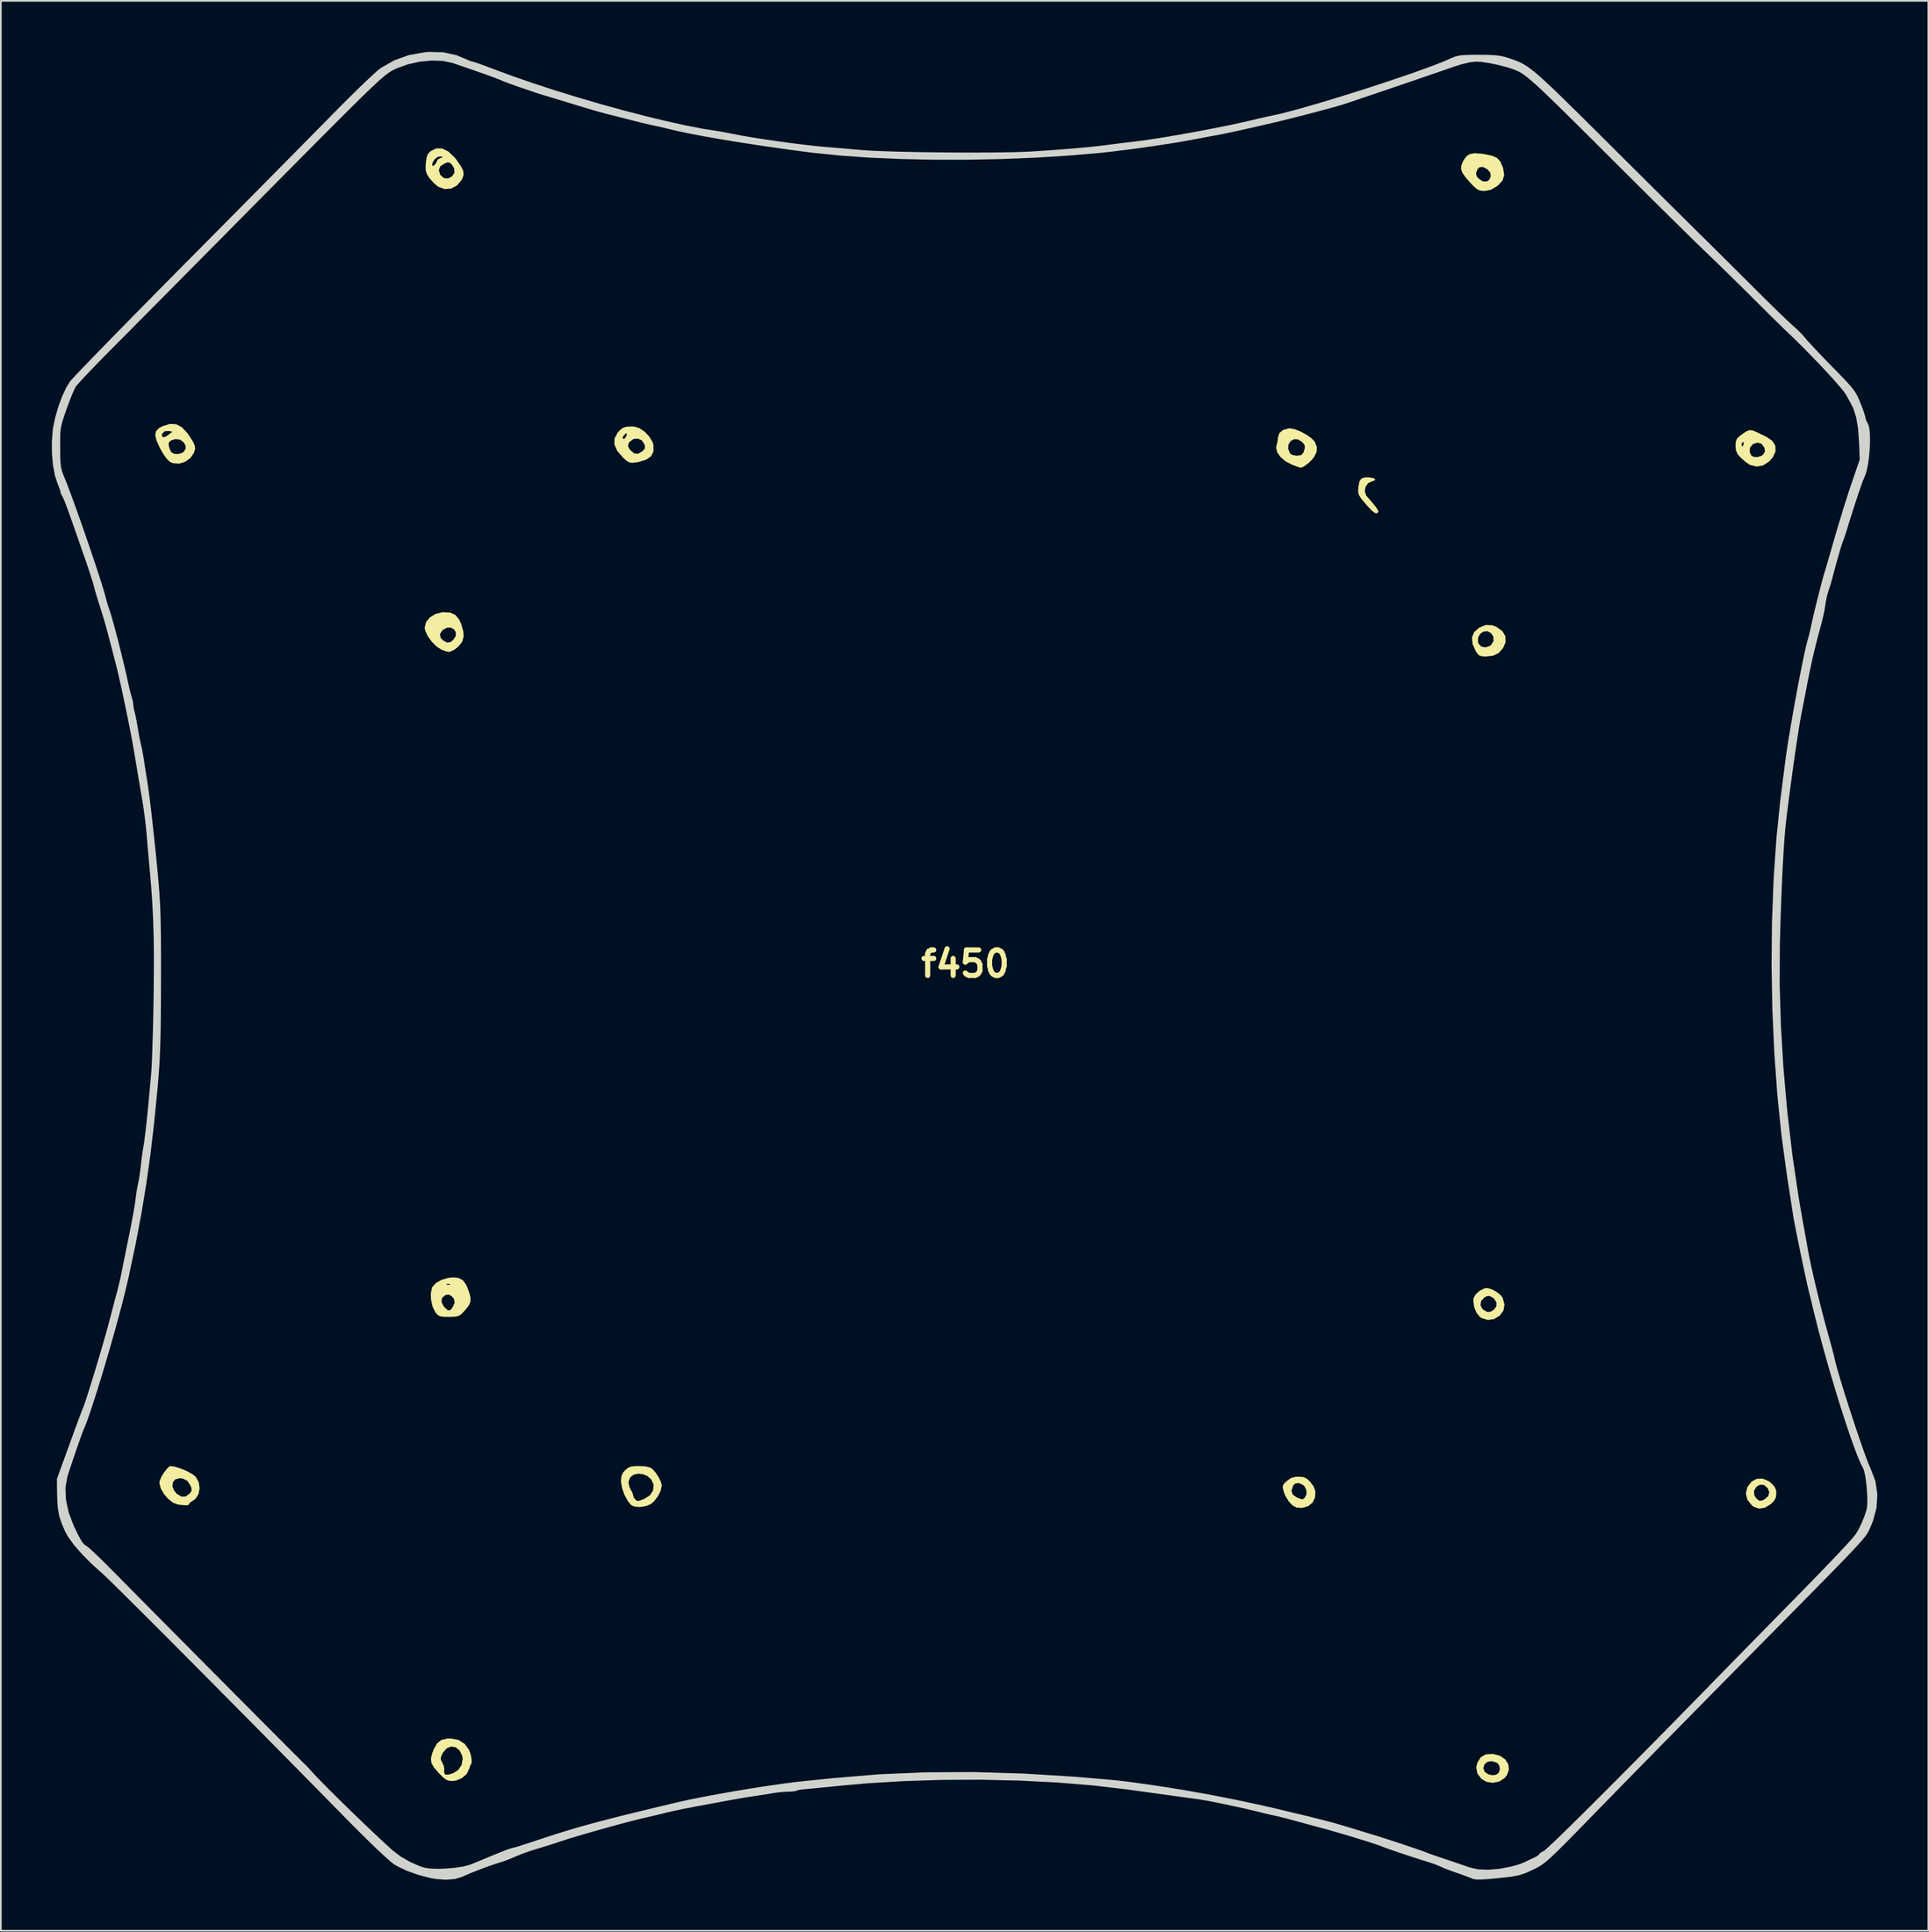
<source format=kicad_pcb>
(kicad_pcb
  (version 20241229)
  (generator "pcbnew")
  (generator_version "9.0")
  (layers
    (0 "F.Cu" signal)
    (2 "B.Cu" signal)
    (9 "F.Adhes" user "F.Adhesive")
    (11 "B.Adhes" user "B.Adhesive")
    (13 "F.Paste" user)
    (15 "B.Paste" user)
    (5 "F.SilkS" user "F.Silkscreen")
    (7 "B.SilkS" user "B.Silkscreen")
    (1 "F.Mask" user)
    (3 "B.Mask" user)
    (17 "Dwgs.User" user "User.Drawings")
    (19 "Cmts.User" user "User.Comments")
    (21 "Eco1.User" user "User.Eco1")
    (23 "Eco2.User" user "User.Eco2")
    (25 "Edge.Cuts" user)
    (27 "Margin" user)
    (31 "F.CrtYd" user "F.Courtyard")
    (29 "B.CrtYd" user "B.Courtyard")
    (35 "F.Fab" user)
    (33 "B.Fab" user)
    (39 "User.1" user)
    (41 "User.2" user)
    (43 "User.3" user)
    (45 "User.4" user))
  (footprint "f450"
    (layer "F.Cu")
    (at 53.717 53.608)
    (property "Reference" "f450" (at 0 0 0) (layer "F.SilkS") (effects (font (size 1.5 1.5) (thickness 0.3))))
    (attr board_only exclude_from_pos_files exclude_from_bom)
    (fp_poly (pts (xy 23.757 -28.598) (xy 23.991 -28.557) (xy 24.104 -28.488) (xy 24.077 -28.416) (xy 23.919 -28.368) (xy 23.684 -28.256) (xy 23.534 -28.038) (xy 23.491 -27.775) (xy 23.575 -27.528) (xy 23.604 -27.493) (xy 23.936 -27.112) (xy 24.154 -26.841) (xy 24.268 -26.664) (xy 24.291 -26.567) (xy 24.287 -26.557) (xy 24.195 -26.482) (xy 24.064 -26.517) (xy 23.873 -26.673) (xy 23.604 -26.963) (xy 23.548 -27.029) (xy 23.313 -27.309) (xy 23.175 -27.505) (xy 23.111 -27.667) (xy 23.1 -27.845) (xy 23.114 -28.022) (xy 23.172 -28.348) (xy 23.292 -28.53) (xy 23.511 -28.6)) (stroke (width 0) (type solid)) (fill yes) (layer "F.SilkS"))
    (fp_poly (pts (xy 31.048 46.441) (xy 31.452 46.551) (xy 31.749 46.76) (xy 31.926 47.036) (xy 31.967 47.349) (xy 31.859 47.669) (xy 31.712 47.855) (xy 31.398 48.059) (xy 31.025 48.134) (xy 30.652 48.08) (xy 30.346 47.901) (xy 30.109 47.58) (xy 30.055 47.289) (xy 30.462 47.289) (xy 30.539 47.485) (xy 30.729 47.624) (xy 30.972 47.688) (xy 31.208 47.663) (xy 31.371 47.542) (xy 31.438 47.321) (xy 31.391 47.094) (xy 31.267 46.957) (xy 30.964 46.862) (xy 30.703 46.9) (xy 30.523 47.055) (xy 30.462 47.289) (xy 30.055 47.289) (xy 30.044 47.227) (xy 30.111 46.946) (xy 30.312 46.631) (xy 30.605 46.464) (xy 31.002 46.436)) (stroke (width 0) (type solid)) (fill yes) (layer "F.SilkS"))
    (fp_poly (pts (xy 30.98 -19.907) (xy 31.247 -19.804) (xy 31.584 -19.559) (xy 31.761 -19.255) (xy 31.771 -18.911) (xy 31.622 -18.564) (xy 31.363 -18.274) (xy 31.036 -18.116) (xy 30.625 -18.069) (xy 30.359 -18.081) (xy 30.197 -18.146) (xy 30.07 -18.297) (xy 30.032 -18.357) (xy 29.829 -18.798) (xy 29.817 -18.919) (xy 30.147 -18.919) (xy 30.179 -18.827) (xy 30.343 -18.651) (xy 30.58 -18.602) (xy 30.833 -18.684) (xy 30.922 -18.751) (xy 31.064 -18.984) (xy 31.05 -19.244) (xy 30.91 -19.449) (xy 30.686 -19.559) (xy 30.458 -19.528) (xy 30.267 -19.389) (xy 30.151 -19.175) (xy 30.147 -18.919) (xy 29.817 -18.919) (xy 29.792 -19.181) (xy 29.922 -19.504) (xy 30.216 -19.765) (xy 30.599 -19.922)) (stroke (width 0) (type solid)) (fill yes) (layer "F.SilkS"))
    (fp_poly (pts (xy 47.251 30.408) (xy 47.378 30.507) (xy 47.584 30.721) (xy 47.675 30.926) (xy 47.692 31.124) (xy 47.662 31.373) (xy 47.548 31.573) (xy 47.378 31.741) (xy 47.027 31.962) (xy 46.679 32.018) (xy 46.355 31.906) (xy 46.241 31.817) (xy 45.988 31.487) (xy 45.9 31.129) (xy 45.936 30.97) (xy 46.378 30.97) (xy 46.397 31.232) (xy 46.506 31.408) (xy 46.669 31.546) (xy 46.833 31.549) (xy 46.985 31.48) (xy 47.214 31.285) (xy 47.279 31.05) (xy 47.184 30.813) (xy 46.968 30.626) (xy 46.726 30.613) (xy 46.522 30.735) (xy 46.378 30.97) (xy 45.936 30.97) (xy 45.982 30.768) (xy 45.989 30.753) (xy 46.232 30.432) (xy 46.543 30.264) (xy 46.893 30.254)) (stroke (width 0) (type solid)) (fill yes) (layer "F.SilkS"))
    (fp_poly (pts (xy 30.924 19.11) (xy 31.215 19.26) (xy 31.467 19.455) (xy 31.599 19.628) (xy 31.706 20.028) (xy 31.642 20.381) (xy 31.43 20.669) (xy 31.095 20.877) (xy 30.727 20.93) (xy 30.372 20.823) (xy 30.254 20.744) (xy 30.051 20.49) (xy 29.915 20.142) (xy 29.906 20.062) (xy 30.294 20.062) (xy 30.413 20.284) (xy 30.482 20.342) (xy 30.697 20.461) (xy 30.878 20.45) (xy 31.069 20.338) (xy 31.226 20.138) (xy 31.235 19.902) (xy 31.102 19.683) (xy 30.983 19.595) (xy 30.798 19.513) (xy 30.646 19.539) (xy 30.517 19.616) (xy 30.329 19.823) (xy 30.294 20.062) (xy 29.906 20.062) (xy 29.873 19.781) (xy 29.894 19.626) (xy 30.021 19.411) (xy 30.251 19.21) (xy 30.516 19.077) (xy 30.666 19.05)) (stroke (width 0) (type solid)) (fill yes) (layer "F.SilkS"))
    (fp_poly (pts (xy 19.883 30.164) (xy 20.088 30.258) (xy 20.253 30.413) (xy 20.487 30.717) (xy 20.585 31.004) (xy 20.567 31.34) (xy 20.564 31.356) (xy 20.425 31.659) (xy 20.161 31.872) (xy 19.812 31.974) (xy 19.475 31.957) (xy 19.242 31.833) (xy 19.009 31.582) (xy 18.813 31.251) (xy 18.724 31.019) (xy 18.71 30.965) (xy 19.181 30.965) (xy 19.251 31.191) (xy 19.472 31.348) (xy 19.698 31.443) (xy 19.823 31.469) (xy 19.907 31.43) (xy 19.965 31.374) (xy 20.065 31.162) (xy 20.049 30.905) (xy 19.927 30.683) (xy 19.874 30.637) (xy 19.605 30.512) (xy 19.39 30.544) (xy 19.275 30.671) (xy 19.181 30.965) (xy 18.71 30.965) (xy 18.664 30.783) (xy 18.682 30.633) (xy 18.8 30.489) (xy 18.901 30.397) (xy 19.148 30.219) (xy 19.416 30.148) (xy 19.593 30.14)) (stroke (width 0) (type solid)) (fill yes) (layer "F.SilkS"))
    (fp_poly (pts (xy -30.294 -20.653) (xy -29.982 -20.509) (xy -29.755 -20.224) (xy -29.644 -19.969) (xy -29.525 -19.564) (xy -29.5 -19.257) (xy -29.569 -18.993) (xy -29.631 -18.875) (xy -29.815 -18.65) (xy -30.061 -18.459) (xy -30.3 -18.35) (xy -30.387 -18.339) (xy -30.544 -18.376) (xy -30.774 -18.46) (xy -30.817 -18.478) (xy -31.097 -18.659) (xy -31.373 -18.937) (xy -31.607 -19.26) (xy -31.672 -19.396) (xy -30.889 -19.396) (xy -30.861 -19.174) (xy -30.709 -19.01) (xy -30.471 -18.888) (xy -30.275 -18.915) (xy -30.107 -19.05) (xy -29.962 -19.282) (xy -29.961 -19.499) (xy -30.071 -19.67) (xy -30.259 -19.768) (xy -30.492 -19.762) (xy -30.738 -19.623) (xy -30.744 -19.617) (xy -30.889 -19.396) (xy -31.672 -19.396) (xy -31.758 -19.576) (xy -31.794 -19.769) (xy -31.712 -20.092) (xy -31.487 -20.369) (xy -31.154 -20.572) (xy -30.748 -20.671) (xy -30.722 -20.673)) (stroke (width 0) (type solid)) (fill yes) (layer "F.SilkS"))
    (fp_poly (pts (xy 30.327 -47.626) (xy 30.581 -47.589) (xy 30.995 -47.498) (xy 31.275 -47.368) (xy 31.462 -47.164) (xy 31.599 -46.852) (xy 31.628 -46.761) (xy 31.688 -46.38) (xy 31.598 -46.063) (xy 31.347 -45.779) (xy 31.246 -45.701) (xy 30.905 -45.504) (xy 30.569 -45.435) (xy 30.512 -45.434) (xy 30.293 -45.45) (xy 30.116 -45.52) (xy 29.927 -45.674) (xy 29.748 -45.859) (xy 29.43 -46.217) (xy 29.252 -46.468) (xy 30.027 -46.468) (xy 30.076 -46.29) (xy 30.196 -46.149) (xy 30.436 -45.995) (xy 30.671 -45.995) (xy 30.8 -46.078) (xy 30.901 -46.289) (xy 30.859 -46.525) (xy 30.687 -46.72) (xy 30.417 -46.849) (xy 30.22 -46.822) (xy 30.11 -46.692) (xy 30.027 -46.468) (xy 29.252 -46.468) (xy 29.234 -46.493) (xy 29.151 -46.723) (xy 29.168 -46.943) (xy 29.275 -47.189) (xy 29.317 -47.263) (xy 29.477 -47.479) (xy 29.674 -47.606) (xy 29.945 -47.651)) (stroke (width 0) (type solid)) (fill yes) (layer "F.SilkS"))
    (fp_poly (pts (xy -46.463 29.558) (xy -46.111 29.671) (xy -45.75 29.827) (xy -45.44 29.999) (xy -45.251 30.154) (xy -45.08 30.469) (xy -45.029 30.822) (xy -45.091 31.16) (xy -45.26 31.434) (xy -45.437 31.559) (xy -45.596 31.663) (xy -45.649 31.748) (xy -45.696 31.807) (xy -45.855 31.823) (xy -46.15 31.797) (xy -46.315 31.775) (xy -46.599 31.665) (xy -46.882 31.442) (xy -47.131 31.15) (xy -47.312 30.833) (xy -47.346 30.703) (xy -46.627 30.703) (xy -46.531 30.96) (xy -46.362 31.153) (xy -46.087 31.314) (xy -45.836 31.3) (xy -45.599 31.117) (xy -45.503 30.973) (xy -45.51 30.815) (xy -45.561 30.676) (xy -45.753 30.384) (xy -46.035 30.245) (xy -46.203 30.23) (xy -46.455 30.296) (xy -46.599 30.468) (xy -46.627 30.703) (xy -47.346 30.703) (xy -47.391 30.534) (xy -47.377 30.384) (xy -47.277 30.149) (xy -47.123 29.896) (xy -46.953 29.675) (xy -46.803 29.537) (xy -46.743 29.514)) (stroke (width 0) (type solid)) (fill yes) (layer "F.SilkS"))
    (fp_poly (pts (xy 19.378 -31.429) (xy 19.717 -31.293) (xy 20.063 -31.104) (xy 20.359 -30.895) (xy 20.549 -30.695) (xy 20.565 -30.666) (xy 20.676 -30.367) (xy 20.657 -30.099) (xy 20.516 -29.804) (xy 20.364 -29.614) (xy 20.151 -29.415) (xy 19.93 -29.252) (xy 19.755 -29.165) (xy 19.716 -29.161) (xy 19.615 -29.193) (xy 19.402 -29.271) (xy 19.2 -29.348) (xy 18.828 -29.544) (xy 18.532 -29.797) (xy 18.339 -30.077) (xy 18.289 -30.295) (xy 18.981 -30.295) (xy 19.087 -30.027) (xy 19.118 -29.984) (xy 19.26 -29.907) (xy 19.488 -29.872) (xy 19.507 -29.872) (xy 19.735 -29.902) (xy 19.859 -30.019) (xy 19.896 -30.101) (xy 19.969 -30.338) (xy 19.952 -30.494) (xy 19.831 -30.65) (xy 19.805 -30.677) (xy 19.562 -30.832) (xy 19.328 -30.84) (xy 19.132 -30.733) (xy 19.007 -30.541) (xy 18.981 -30.295) (xy 18.289 -30.295) (xy 18.276 -30.348) (xy 18.3 -30.466) (xy 18.365 -30.734) (xy 18.384 -30.941) (xy 18.464 -31.196) (xy 18.681 -31.383) (xy 18.998 -31.476) (xy 19.101 -31.482)) (stroke (width 0) (type solid)) (fill yes) (layer "F.SilkS"))
    (fp_poly (pts (xy -29.807 45.613) (xy -29.439 45.847) (xy -29.178 46.209) (xy -29.08 46.497) (xy -29.034 46.763) (xy -29.028 46.95) (xy -29.047 47.002) (xy -29.113 47.113) (xy -29.175 47.314) (xy -29.323 47.613) (xy -29.597 47.854) (xy -29.944 48) (xy -30.169 48.027) (xy -30.37 48.013) (xy -30.537 47.949) (xy -30.719 47.808) (xy -30.964 47.56) (xy -30.982 47.541) (xy -31.256 47.222) (xy -31.401 46.957) (xy -31.418 46.776) (xy -30.847 46.776) (xy -30.766 46.932) (xy -30.766 46.933) (xy -30.669 47.142) (xy -30.645 47.294) (xy -30.649 47.537) (xy -30.579 47.653) (xy -30.407 47.657) (xy -30.125 47.573) (xy -29.822 47.381) (xy -29.623 47.085) (xy -29.558 46.736) (xy -29.584 46.556) (xy -29.741 46.231) (xy -29.971 46.045) (xy -30.237 46.002) (xy -30.5 46.107) (xy -30.722 46.365) (xy -30.749 46.415) (xy -30.842 46.631) (xy -30.847 46.776) (xy -31.418 46.776) (xy -31.426 46.693) (xy -31.343 46.374) (xy -31.256 46.155) (xy -31.063 45.815) (xy -30.815 45.617) (xy -30.469 45.534) (xy -30.258 45.527)) (stroke (width 0) (type solid)) (fill yes) (layer "F.SilkS"))
    (fp_poly (pts (xy -19.47 -31.585) (xy -19.17 -31.495) (xy -18.858 -31.283) (xy -18.583 -30.994) (xy -18.392 -30.675) (xy -18.34 -30.5) (xy -18.338 -30.129) (xy -18.477 -29.844) (xy -18.765 -29.639) (xy -19.21 -29.504) (xy -19.365 -29.478) (xy -19.609 -29.453) (xy -19.782 -29.485) (xy -19.954 -29.6) (xy -20.126 -29.757) (xy -20.469 -30.154) (xy -20.594 -30.435) (xy -19.838 -30.435) (xy -19.751 -30.263) (xy -19.693 -30.193) (xy -19.467 -30.004) (xy -19.243 -29.986) (xy -18.995 -30.131) (xy -18.853 -30.281) (xy -18.842 -30.444) (xy -18.875 -30.552) (xy -19.031 -30.778) (xy -19.262 -30.878) (xy -19.515 -30.851) (xy -19.735 -30.693) (xy -19.802 -30.592) (xy -19.838 -30.435) (xy -20.594 -30.435) (xy -20.636 -30.531) (xy -20.628 -30.88) (xy -20.145 -30.88) (xy -20.081 -30.856) (xy -19.985 -30.927) (xy -19.948 -30.997) (xy -19.898 -31.164) (xy -19.94 -31.187) (xy -20.027 -31.124) (xy -20.141 -30.984) (xy -20.145 -30.88) (xy -20.628 -30.88) (xy -20.627 -30.89) (xy -20.444 -31.232) (xy -20.305 -31.381) (xy -20.132 -31.512) (xy -19.93 -31.577) (xy -19.639 -31.591)) (stroke (width 0) (type solid)) (fill yes) (layer "F.SilkS"))
    (fp_poly (pts (xy -46.405 -31.721) (xy -46.076 -31.549) (xy -45.759 -31.213) (xy -45.609 -30.999) (xy -45.412 -30.683) (xy -45.311 -30.459) (xy -45.292 -30.278) (xy -45.342 -30.09) (xy -45.358 -30.051) (xy -45.571 -29.735) (xy -45.88 -29.515) (xy -46.236 -29.407) (xy -46.592 -29.431) (xy -46.778 -29.513) (xy -46.953 -29.679) (xy -47.161 -29.969) (xy -47.366 -30.327) (xy -47.509 -30.644) (xy -46.843 -30.644) (xy -46.841 -30.449) (xy -46.836 -30.427) (xy -46.763 -30.205) (xy -46.692 -30.073) (xy -46.522 -29.981) (xy -46.28 -29.971) (xy -46.048 -30.041) (xy -45.966 -30.102) (xy -45.843 -30.288) (xy -45.865 -30.486) (xy -45.965 -30.657) (xy -46.176 -30.818) (xy -46.461 -30.848) (xy -46.721 -30.763) (xy -46.843 -30.644) (xy -47.509 -30.644) (xy -47.561 -30.758) (xy -47.634 -31.061) (xy -47.248 -31.061) (xy -47.192 -30.956) (xy -47.039 -30.984) (xy -46.841 -31.114) (xy -46.628 -31.282) (xy -46.844 -31.324) (xy -47.082 -31.308) (xy -47.225 -31.173) (xy -47.248 -31.061) (xy -47.634 -31.061) (xy -47.638 -31.079) (xy -47.592 -31.317) (xy -47.42 -31.496) (xy -47.195 -31.613) (xy -46.77 -31.739)) (stroke (width 0) (type solid)) (fill yes) (layer "F.SilkS"))
    (fp_poly (pts (xy -18.784 29.538) (xy -18.525 29.607) (xy -18.42 29.673) (xy -18.216 29.894) (xy -18.028 30.183) (xy -17.894 30.471) (xy -17.851 30.669) (xy -17.916 30.964) (xy -18.081 31.295) (xy -18.306 31.59) (xy -18.499 31.753) (xy -18.791 31.872) (xy -19.127 31.923) (xy -19.438 31.903) (xy -19.641 31.817) (xy -19.85 31.57) (xy -20.041 31.214) (xy -20.184 30.819) (xy -20.241 30.495) (xy -19.805 30.495) (xy -19.755 30.746) (xy -19.675 30.906) (xy -19.57 31.098) (xy -19.541 31.218) (xy -19.479 31.397) (xy -19.345 31.538) (xy -19.251 31.571) (xy -19.127 31.539) (xy -18.916 31.461) (xy -18.876 31.444) (xy -18.551 31.235) (xy -18.363 30.954) (xy -18.331 30.63) (xy -18.338 30.592) (xy -18.467 30.31) (xy -18.686 30.11) (xy -18.958 29.994) (xy -19.244 29.965) (xy -19.506 30.025) (xy -19.704 30.177) (xy -19.801 30.424) (xy -19.805 30.495) (xy -20.241 30.495) (xy -20.248 30.456) (xy -20.249 30.414) (xy -20.226 30.115) (xy -20.134 29.905) (xy -20 29.754) (xy -19.837 29.62) (xy -19.665 29.548) (xy -19.419 29.519) (xy -19.178 29.516)) (stroke (width 0) (type solid)) (fill yes) (layer "F.SilkS"))
    (fp_poly (pts (xy 46.303 -31.357) (xy 46.508 -31.27) (xy 46.754 -31.152) (xy 47.048 -31.011) (xy 47.113 -30.98) (xy 47.456 -30.744) (xy 47.634 -30.454) (xy 47.646 -30.127) (xy 47.49 -29.782) (xy 47.28 -29.541) (xy 46.915 -29.301) (xy 46.525 -29.232) (xy 46.134 -29.336) (xy 45.9 -29.49) (xy 45.598 -29.754) (xy 45.415 -29.965) (xy 45.361 -30.084) (xy 46.129 -30.084) (xy 46.212 -29.894) (xy 46.362 -29.8) (xy 46.588 -29.792) (xy 46.816 -29.865) (xy 46.925 -29.949) (xy 47.025 -30.128) (xy 46.989 -30.343) (xy 46.989 -30.344) (xy 46.827 -30.569) (xy 46.593 -30.643) (xy 46.323 -30.556) (xy 46.308 -30.546) (xy 46.14 -30.344) (xy 46.129 -30.084) (xy 45.361 -30.084) (xy 45.323 -30.166) (xy 45.294 -30.405) (xy 45.294 -30.466) (xy 45.298 -30.543) (xy 45.649 -30.543) (xy 45.668 -30.423) (xy 45.684 -30.408) (xy 45.741 -30.478) (xy 45.77 -30.543) (xy 45.772 -30.658) (xy 45.735 -30.677) (xy 45.659 -30.604) (xy 45.649 -30.543) (xy 45.298 -30.543) (xy 45.309 -30.711) (xy 45.38 -30.878) (xy 45.547 -31.037) (xy 45.662 -31.123) (xy 45.927 -31.302) (xy 46.12 -31.377)) (stroke (width 0) (type solid)) (fill yes) (layer "F.SilkS"))
    (fp_poly (pts (xy -29.781 18.464) (xy -29.538 18.603) (xy -29.348 18.867) (xy -29.183 19.282) (xy -29.18 19.291) (xy -29.098 19.609) (xy -29.101 19.857) (xy -29.207 20.091) (xy -29.429 20.368) (xy -29.513 20.459) (xy -29.676 20.616) (xy -29.828 20.704) (xy -30.032 20.741) (xy -30.348 20.749) (xy -30.374 20.749) (xy -30.695 20.744) (xy -30.893 20.713) (xy -31.025 20.637) (xy -31.147 20.497) (xy -31.172 20.462) (xy -31.327 20.149) (xy -31.393 19.864) (xy -30.805 19.864) (xy -30.681 20.118) (xy -30.624 20.185) (xy -30.447 20.349) (xy -30.322 20.369) (xy -30.195 20.247) (xy -30.156 20.193) (xy -30.031 19.921) (xy -30.073 19.689) (xy -30.196 19.542) (xy -30.364 19.433) (xy -30.542 19.458) (xy -30.596 19.481) (xy -30.776 19.641) (xy -30.805 19.864) (xy -31.393 19.864) (xy -31.417 19.759) (xy -31.432 19.366) (xy -31.366 19.04) (xy -31.343 18.992) (xy -31.215 18.85) (xy -30.513 18.85) (xy -30.425 18.864) (xy -30.31 18.848) (xy -30.309 18.817) (xy -30.428 18.796) (xy -30.479 18.81) (xy -30.513 18.85) (xy -31.215 18.85) (xy -31.135 18.761) (xy -30.805 18.573) (xy -30.41 18.454) (xy -30.106 18.424)) (stroke (width 0) (type solid)) (fill yes) (layer "F.SilkS"))
    (fp_poly (pts (xy -30.767 -47.931) (xy -30.403 -47.753) (xy -30.035 -47.405) (xy -29.887 -47.216) (xy -29.649 -46.866) (xy -29.525 -46.604) (xy -29.503 -46.384) (xy -29.576 -46.164) (xy -29.631 -46.063) (xy -29.904 -45.747) (xy -30.247 -45.571) (xy -30.622 -45.545) (xy -30.988 -45.678) (xy -31.046 -45.716) (xy -31.277 -45.92) (xy -31.504 -46.178) (xy -31.543 -46.231) (xy -31.675 -46.445) (xy -31.734 -46.647) (xy -31.734 -46.654) (xy -30.964 -46.654) (xy -30.88 -46.389) (xy -30.867 -46.369) (xy -30.662 -46.188) (xy -30.414 -46.168) (xy -30.181 -46.297) (xy -30.036 -46.521) (xy -30.065 -46.772) (xy -30.183 -46.961) (xy -30.313 -47.094) (xy -30.445 -47.113) (xy -30.624 -47.05) (xy -30.877 -46.879) (xy -30.964 -46.654) (xy -31.734 -46.654) (xy -31.738 -46.915) (xy -31.733 -46.978) (xy -31.35 -46.978) (xy -31.326 -46.891) (xy -31.227 -46.946) (xy -31.217 -46.954) (xy -31.105 -47.101) (xy -31.084 -47.178) (xy -31.01 -47.29) (xy -30.884 -47.356) (xy -30.749 -47.408) (xy -30.776 -47.442) (xy -30.857 -47.466) (xy -31.036 -47.432) (xy -31.214 -47.286) (xy -31.332 -47.086) (xy -31.35 -46.978) (xy -31.733 -46.978) (xy -31.727 -47.068) (xy -31.683 -47.396) (xy -31.605 -47.604) (xy -31.471 -47.753) (xy -31.46 -47.762) (xy -31.122 -47.934)) (stroke (width 0) (type solid)) (fill yes) (layer "F.SilkS"))
    (fp_poly (pts (xy -30.714 -53.586) (xy -29.925 -53.414) (xy -29.337 -53.169) (xy -29.129 -53.076) (xy -28.982 -53.036) (xy -28.865 -53.006) (xy -28.616 -52.922) (xy -28.269 -52.797) (xy -27.857 -52.642) (xy -27.739 -52.597) (xy -26.611 -52.18) (xy -25.389 -51.758) (xy -24.099 -51.338) (xy -22.769 -50.928) (xy -21.423 -50.535) (xy -20.089 -50.167) (xy -18.793 -49.83) (xy -17.561 -49.533) (xy -16.42 -49.281) (xy -15.395 -49.084) (xy -14.654 -48.966) (xy -14.344 -48.916) (xy -13.959 -48.845) (xy -13.677 -48.788) (xy -13.148 -48.686) (xy -12.486 -48.573) (xy -11.732 -48.456) (xy -10.93 -48.34) (xy -10.124 -48.231) (xy -9.355 -48.137) (xy -8.667 -48.062) (xy -8.259 -48.024) (xy -7.727 -47.98) (xy -7.108 -47.928) (xy -6.493 -47.874) (xy -6.128 -47.842) (xy -5.65 -47.808) (xy -5.021 -47.778) (xy -4.27 -47.752) (xy -3.423 -47.731) (xy -2.508 -47.713) (xy -1.553 -47.7) (xy -0.583 -47.692) (xy 0.372 -47.69) (xy 1.287 -47.692) (xy 2.133 -47.7) (xy 2.882 -47.714) (xy 3.509 -47.734) (xy 3.863 -47.752) (xy 5.069 -47.832) (xy 6.12 -47.912) (xy 7.038 -47.992) (xy 7.845 -48.076) (xy 8.526 -48.161) (xy 8.985 -48.221) (xy 9.444 -48.279) (xy 9.835 -48.326) (xy 9.991 -48.343) (xy 10.534 -48.412) (xy 11.215 -48.513) (xy 11.997 -48.64) (xy 12.846 -48.787) (xy 13.725 -48.947) (xy 14.6 -49.114) (xy 15.433 -49.282) (xy 16.19 -49.443) (xy 16.785 -49.579) (xy 17.193 -49.675) (xy 17.556 -49.759) (xy 17.828 -49.82) (xy 17.94 -49.843) (xy 18.414 -49.944) (xy 19.029 -50.098) (xy 19.76 -50.297) (xy 20.583 -50.533) (xy 21.475 -50.799) (xy 22.411 -51.087) (xy 23.367 -51.388) (xy 24.32 -51.697) (xy 25.244 -52.004) (xy 26.117 -52.302) (xy 26.914 -52.584) (xy 27.611 -52.842) (xy 28.184 -53.068) (xy 28.597 -53.249) (xy 28.786 -53.328) (xy 28.986 -53.382) (xy 29.235 -53.415) (xy 29.573 -53.432) (xy 30.038 -53.437) (xy 30.196 -53.437) (xy 30.72 -53.433) (xy 31.114 -53.415) (xy 31.425 -53.38) (xy 31.7 -53.322) (xy 31.986 -53.234) (xy 32.016 -53.224) (xy 32.236 -53.147) (xy 32.435 -53.073) (xy 32.626 -52.99) (xy 32.816 -52.891) (xy 33.018 -52.768) (xy 33.24 -52.61) (xy 33.492 -52.411) (xy 33.785 -52.16) (xy 34.129 -51.849) (xy 34.534 -51.469) (xy 35.009 -51.012) (xy 35.564 -50.469) (xy 36.211 -49.832) (xy 36.958 -49.091) (xy 37.816 -48.237) (xy 38.341 -47.714) (xy 39.018 -47.041) (xy 39.729 -46.335) (xy 40.447 -45.621) (xy 41.148 -44.925) (xy 41.807 -44.272) (xy 42.397 -43.688) (xy 42.893 -43.197) (xy 43.011 -43.081) (xy 43.604 -42.495) (xy 44.273 -41.832) (xy 44.971 -41.139) (xy 45.654 -40.459) (xy 46.277 -39.839) (xy 46.537 -39.579) (xy 47.016 -39.103) (xy 47.475 -38.651) (xy 47.894 -38.244) (xy 48.25 -37.902) (xy 48.523 -37.647) (xy 48.683 -37.504) (xy 48.972 -37.242) (xy 49.252 -36.952) (xy 49.377 -36.803) (xy 49.524 -36.631) (xy 49.773 -36.359) (xy 50.101 -36.01) (xy 50.483 -35.61) (xy 50.896 -35.185) (xy 50.995 -35.083) (xy 51.442 -34.626) (xy 51.783 -34.27) (xy 52.037 -33.989) (xy 52.224 -33.759) (xy 52.363 -33.555) (xy 52.474 -33.351) (xy 52.576 -33.122) (xy 52.632 -32.986) (xy 52.767 -32.639) (xy 52.87 -32.344) (xy 52.926 -32.147) (xy 52.931 -32.107) (xy 52.983 -31.925) (xy 53.062 -31.789) (xy 53.143 -31.576) (xy 53.189 -31.229) (xy 53.202 -30.788) (xy 53.186 -30.294) (xy 53.142 -29.787) (xy 53.073 -29.309) (xy 52.982 -28.899) (xy 52.871 -28.598) (xy 52.857 -28.571) (xy 52.79 -28.415) (xy 52.68 -28.115) (xy 52.537 -27.699) (xy 52.369 -27.193) (xy 52.185 -26.625) (xy 51.996 -26.022) (xy 51.873 -25.624) (xy 51.767 -25.288) (xy 51.67 -25.001) (xy 51.602 -24.823) (xy 51.601 -24.819) (xy 51.542 -24.654) (xy 51.448 -24.351) (xy 51.33 -23.943) (xy 51.196 -23.466) (xy 51.058 -22.954) (xy 50.96 -22.583) (xy 50.866 -22.252) (xy 50.759 -21.926) (xy 50.749 -21.898) (xy 50.667 -21.61) (xy 50.596 -21.255) (xy 50.572 -21.093) (xy 50.515 -20.749) (xy 50.426 -20.333) (xy 50.339 -19.989) (xy 50.055 -18.929) (xy 49.818 -17.953) (xy 49.61 -16.977) (xy 49.517 -16.501) (xy 49.418 -15.983) (xy 49.318 -15.466) (xy 49.229 -15.006) (xy 49.16 -14.658) (xy 49.153 -14.623) (xy 49.085 -14.251) (xy 49 -13.732) (xy 48.902 -13.099) (xy 48.797 -12.383) (xy 48.687 -11.615) (xy 48.578 -10.826) (xy 48.474 -10.049) (xy 48.379 -9.313) (xy 48.298 -8.652) (xy 48.235 -8.096) (xy 48.212 -7.87) (xy 48.163 -7.284) (xy 48.114 -6.546) (xy 48.066 -5.683) (xy 48.02 -4.721) (xy 47.978 -3.689) (xy 47.94 -2.612) (xy 47.909 -1.518) (xy 47.899 -1.118) (xy 47.889 1.21) (xy 47.962 3.654) (xy 48.113 6.172) (xy 48.341 8.724) (xy 48.641 11.268) (xy 49.01 13.763) (xy 49.261 15.204) (xy 49.349 15.688) (xy 49.432 16.145) (xy 49.501 16.528) (xy 49.546 16.789) (xy 49.551 16.814) (xy 49.628 17.22) (xy 49.742 17.76) (xy 49.885 18.395) (xy 50.047 19.086) (xy 50.219 19.795) (xy 50.392 20.481) (xy 50.556 21.108) (xy 50.667 21.51) (xy 50.804 21.999) (xy 50.928 22.452) (xy 51.028 22.829) (xy 51.094 23.091) (xy 51.11 23.164) (xy 51.187 23.485) (xy 51.312 23.936) (xy 51.475 24.49) (xy 51.668 25.119) (xy 51.882 25.798) (xy 52.108 26.498) (xy 52.338 27.193) (xy 52.562 27.856) (xy 52.771 28.46) (xy 52.958 28.977) (xy 53.112 29.381) (xy 53.225 29.645) (xy 53.238 29.67) (xy 53.516 30.397) (xy 53.632 31.171) (xy 53.584 31.965) (xy 53.372 32.757) (xy 53.255 33.038) (xy 53.205 33.149) (xy 53.162 33.247) (xy 53.119 33.339) (xy 53.067 33.433) (xy 53.002 33.537) (xy 52.914 33.657) (xy 52.799 33.801) (xy 52.648 33.977) (xy 52.455 34.191) (xy 52.213 34.452) (xy 51.915 34.766) (xy 51.554 35.141) (xy 51.123 35.584) (xy 50.616 36.103) (xy 50.024 36.704) (xy 49.342 37.397) (xy 48.562 38.187) (xy 47.678 39.082) (xy 46.682 40.089) (xy 45.605 41.18) (xy 44.703 42.093) (xy 43.769 43.04) (xy 42.819 44.005) (xy 41.871 44.968) (xy 40.942 45.912) (xy 40.051 46.819) (xy 39.215 47.671) (xy 38.452 48.45) (xy 37.779 49.139) (xy 37.213 49.718) (xy 37.212 49.72) (xy 36.514 50.436) (xy 35.927 51.037) (xy 35.439 51.533) (xy 35.037 51.936) (xy 34.707 52.259) (xy 34.438 52.513) (xy 34.217 52.709) (xy 34.03 52.861) (xy 33.865 52.978) (xy 33.71 53.074) (xy 33.551 53.16) (xy 33.409 53.23) (xy 32.953 53.437) (xy 32.556 53.568) (xy 32.128 53.65) (xy 31.899 53.678) (xy 31.245 53.746) (xy 30.743 53.792) (xy 30.372 53.816) (xy 30.109 53.819) (xy 29.93 53.803) (xy 29.812 53.769) (xy 29.806 53.765) (xy 29.636 53.694) (xy 29.351 53.588) (xy 29.006 53.465) (xy 28.908 53.431) (xy 28.542 53.301) (xy 28.211 53.175) (xy 27.974 53.075) (xy 27.939 53.058) (xy 27.713 52.961) (xy 27.395 52.846) (xy 27.14 52.764) (xy 26.776 52.652) (xy 26.344 52.513) (xy 25.882 52.361) (xy 25.428 52.208) (xy 25.02 52.068) (xy 24.696 51.953) (xy 24.494 51.877) (xy 24.467 51.865) (xy 24.295 51.799) (xy 23.985 51.695) (xy 23.569 51.562) (xy 23.081 51.411) (xy 22.554 51.251) (xy 22.019 51.093) (xy 21.511 50.946) (xy 21.062 50.82) (xy 20.871 50.769) (xy 20.577 50.691) (xy 20.173 50.582) (xy 19.72 50.458) (xy 19.405 50.372) (xy 18.985 50.259) (xy 18.603 50.161) (xy 18.306 50.088) (xy 18.162 50.057) (xy 17.929 50.009) (xy 17.607 49.933) (xy 17.363 49.872) (xy 16.921 49.763) (xy 16.387 49.639) (xy 15.803 49.51) (xy 15.212 49.385) (xy 14.656 49.271) (xy 14.178 49.18) (xy 13.819 49.118) (xy 13.752 49.108) (xy 13.46 49.068) (xy 13.04 49.011) (xy 12.541 48.942) (xy 12.012 48.869) (xy 11.812 48.841) (xy 11.233 48.762) (xy 10.619 48.677) (xy 10.034 48.597) (xy 9.546 48.529) (xy 9.458 48.517) (xy 7.477 48.286) (xy 5.366 48.114) (xy 3.163 48.003) (xy 0.906 47.952) (xy -1.366 47.962) (xy -3.617 48.034) (xy -5.808 48.167) (xy -7.332 48.303) (xy -7.91 48.361) (xy -8.449 48.415) (xy -8.915 48.461) (xy -9.277 48.495) (xy -9.501 48.515) (xy -9.529 48.517) (xy -9.762 48.547) (xy -9.908 48.589) (xy -9.921 48.598) (xy -10.036 48.631) (xy -10.263 48.651) (xy -10.391 48.654) (xy -10.735 48.67) (xy -11.126 48.713) (xy -11.286 48.738) (xy -11.629 48.796) (xy -12.053 48.862) (xy -12.434 48.919) (xy -12.823 48.979) (xy -13.307 49.06) (xy -13.807 49.148) (xy -14.032 49.189) (xy -14.538 49.284) (xy -15.127 49.393) (xy -15.706 49.5) (xy -15.986 49.552) (xy -16.483 49.648) (xy -17.001 49.756) (xy -17.466 49.86) (xy -17.707 49.918) (xy -18.095 50.014) (xy -18.467 50.103) (xy -18.749 50.167) (xy -18.773 50.172) (xy -19.147 50.259) (xy -19.653 50.387) (xy -20.253 50.546) (xy -20.911 50.725) (xy -21.586 50.913) (xy -22.243 51.101) (xy -22.843 51.277) (xy -23.349 51.431) (xy -23.713 51.549) (xy -24.133 51.688) (xy -24.627 51.844) (xy -25.094 51.986) (xy -25.146 52.001) (xy -25.574 52.136) (xy -26.012 52.291) (xy -26.377 52.436) (xy -26.434 52.461) (xy -26.788 52.611) (xy -27.149 52.746) (xy -27.354 52.812) (xy -27.727 52.93) (xy -28.192 53.094) (xy -28.687 53.281) (xy -29.151 53.466) (xy -29.522 53.627) (xy -29.589 53.659) (xy -30.011 53.788) (xy -30.544 53.831) (xy -31.142 53.788) (xy -31.439 53.735) (xy -32.173 53.546) (xy -32.854 53.302) (xy -33.431 53.024) (xy -33.593 52.925) (xy -33.789 52.773) (xy -34.096 52.503) (xy -34.498 52.13) (xy -34.982 51.665) (xy -35.536 51.121) (xy -36.146 50.511) (xy -36.57 50.08) (xy -37.554 49.078) (xy -38.56 48.056) (xy -39.578 47.023) (xy -40.601 45.987) (xy -41.62 44.955) (xy -42.627 43.938) (xy -43.613 42.943) (xy -44.57 41.978) (xy -45.49 41.052) (xy -46.364 40.174) (xy -47.184 39.352) (xy -47.942 38.594) (xy -48.628 37.909) (xy -49.236 37.306) (xy -49.755 36.792) (xy -50.178 36.376) (xy -50.497 36.066) (xy -50.703 35.872) (xy -50.756 35.825) (xy -51.388 35.255) (xy -51.946 34.692) (xy -52.41 34.161) (xy -52.758 33.683) (xy -52.924 33.39) (xy -53.14 32.896) (xy -53.283 32.452) (xy -53.366 31.994) (xy -53.403 31.454) (xy -53.41 31.169) (xy -53.42 30.274) (xy -52.723 28.351) (xy -52.516 27.783) (xy -52.323 27.258) (xy -52.154 26.802) (xy -52.02 26.446) (xy -51.932 26.216) (xy -51.909 26.16) (xy -51.822 25.931) (xy -51.696 25.559) (xy -51.539 25.071) (xy -51.359 24.497) (xy -51.165 23.864) (xy -50.967 23.203) (xy -50.772 22.54) (xy -50.589 21.905) (xy -50.427 21.326) (xy -50.294 20.832) (xy -50.273 20.749) (xy -50.153 20.286) (xy -50.033 19.832) (xy -49.93 19.446) (xy -49.871 19.229) (xy -49.782 18.88) (xy -49.684 18.452) (xy -49.604 18.066) (xy -49.54 17.744) (xy -49.45 17.295) (xy -49.343 16.767) (xy -49.229 16.207) (xy -49.164 15.892) (xy -49.055 15.348) (xy -48.956 14.82) (xy -48.874 14.353) (xy -48.816 13.989) (xy -48.797 13.835) (xy -48.75 13.466) (xy -48.69 13.109) (xy -48.649 12.924) (xy -48.596 12.657) (xy -48.539 12.287) (xy -48.49 11.89) (xy -48.486 11.85) (xy -48.438 11.437) (xy -48.381 11.025) (xy -48.327 10.701) (xy -48.324 10.688) (xy -48.28 10.408) (xy -48.224 9.969) (xy -48.158 9.388) (xy -48.085 8.684) (xy -48.007 7.874) (xy -47.925 6.978) (xy -47.873 6.395) (xy -47.852 6.077) (xy -47.83 5.608) (xy -47.808 5.015) (xy -47.786 4.325) (xy -47.766 3.566) (xy -47.748 2.765) (xy -47.734 1.968) (xy -47.719 0.632) (xy -47.717 -0.559) (xy -47.732 -1.64) (xy -47.763 -2.645) (xy -47.811 -3.609) (xy -47.879 -4.566) (xy -47.961 -5.5) (xy -48.004 -5.972) (xy -48.054 -6.54) (xy -48.104 -7.123) (xy -48.135 -7.513) (xy -48.189 -8.071) (xy -48.261 -8.688) (xy -48.343 -9.274) (xy -48.398 -9.614) (xy -48.485 -10.116) (xy -48.586 -10.712) (xy -48.689 -11.321) (xy -48.762 -11.761) (xy -48.846 -12.261) (xy -48.931 -12.759) (xy -49.009 -13.195) (xy -49.067 -13.505) (xy -49.227 -14.31) (xy -49.39 -15.104) (xy -49.548 -15.853) (xy -49.695 -16.522) (xy -49.822 -17.079) (xy -49.909 -17.44) (xy -50.108 -18.214) (xy -50.271 -18.843) (xy -50.406 -19.356) (xy -50.522 -19.782) (xy -50.626 -20.15) (xy -50.727 -20.488) (xy -50.832 -20.824) (xy -50.937 -21.152) (xy -51.056 -21.529) (xy -51.16 -21.881) (xy -51.231 -22.143) (xy -51.239 -22.18) (xy -51.294 -22.381) (xy -51.396 -22.708) (xy -51.53 -23.118) (xy -51.683 -23.571) (xy -51.712 -23.656) (xy -52.034 -24.581) (xy -52.302 -25.35) (xy -52.523 -25.977) (xy -52.7 -26.475) (xy -52.84 -26.856) (xy -52.945 -27.136) (xy -53.023 -27.327) (xy -53.076 -27.442) (xy -53.11 -27.494) (xy -53.193 -27.654) (xy -53.198 -27.699) (xy -53.233 -27.847) (xy -53.321 -28.083) (xy -53.37 -28.196) (xy -53.534 -28.688) (xy -53.649 -29.303) (xy -53.712 -29.992) (xy -53.715 -30.432) (xy -53.23 -30.432) (xy -53.229 -30.344) (xy -53.224 -29.843) (xy -53.209 -29.477) (xy -53.179 -29.203) (xy -53.127 -28.977) (xy -53.048 -28.756) (xy -53.001 -28.645) (xy -52.86 -28.299) (xy -52.676 -27.816) (xy -52.458 -27.225) (xy -52.216 -26.554) (xy -51.96 -25.829) (xy -51.699 -25.078) (xy -51.442 -24.33) (xy -51.2 -23.612) (xy -50.982 -22.952) (xy -50.797 -22.376) (xy -50.655 -21.914) (xy -50.567 -21.599) (xy -50.483 -21.281) (xy -50.403 -21.013) (xy -50.357 -20.883) (xy -50.284 -20.674) (xy -50.179 -20.323) (xy -50.051 -19.86) (xy -49.906 -19.317) (xy -49.753 -18.726) (xy -49.601 -18.118) (xy -49.458 -17.525) (xy -49.331 -16.978) (xy -49.246 -16.59) (xy -49.165 -16.227) (xy -49.086 -15.909) (xy -49.024 -15.696) (xy -49.015 -15.67) (xy -48.95 -15.424) (xy -48.935 -15.273) (xy -48.909 -15.049) (xy -48.851 -14.808) (xy -48.796 -14.583) (xy -48.73 -14.25) (xy -48.666 -13.88) (xy -48.664 -13.863) (xy -48.602 -13.494) (xy -48.538 -13.161) (xy -48.485 -12.931) (xy -48.483 -12.924) (xy -48.431 -12.701) (xy -48.368 -12.372) (xy -48.307 -12.003) (xy -48.304 -11.985) (xy -48.242 -11.579) (xy -48.177 -11.172) (xy -48.127 -10.867) (xy -48.063 -10.449) (xy -47.987 -9.882) (xy -47.901 -9.195) (xy -47.811 -8.417) (xy -47.718 -7.578) (xy -47.627 -6.706) (xy -47.539 -5.83) (xy -47.491 -5.321) (xy -47.442 -4.777) (xy -47.402 -4.275) (xy -47.37 -3.793) (xy -47.345 -3.303) (xy -47.326 -2.782) (xy -47.313 -2.203) (xy -47.304 -1.542) (xy -47.3 -0.774) (xy -47.299 0.128) (xy -47.3 0.984) (xy -47.303 2.044) (xy -47.309 2.952) (xy -47.318 3.732) (xy -47.331 4.411) (xy -47.35 5.014) (xy -47.374 5.568) (xy -47.405 6.098) (xy -47.444 6.629) (xy -47.491 7.189) (xy -47.5 7.289) (xy -47.696 9.289) (xy -47.916 11.16) (xy -48.167 12.951) (xy -48.458 14.71) (xy -48.795 16.485) (xy -49.185 18.327) (xy -49.237 18.558) (xy -49.392 19.214) (xy -49.581 19.962) (xy -49.798 20.779) (xy -50.035 21.641) (xy -50.286 22.524) (xy -50.543 23.406) (xy -50.8 24.262) (xy -51.049 25.069) (xy -51.284 25.803) (xy -51.497 26.442) (xy -51.682 26.961) (xy -51.832 27.336) (xy -51.866 27.412) (xy -51.926 27.563) (xy -52.029 27.847) (xy -52.162 28.225) (xy -52.313 28.662) (xy -52.469 29.119) (xy -52.616 29.559) (xy -52.743 29.946) (xy -52.804 30.14) (xy -52.916 30.776) (xy -52.89 31.488) (xy -52.728 32.244) (xy -52.436 33.016) (xy -52.397 33.097) (xy -52.19 33.52) (xy -52.038 33.811) (xy -51.92 34) (xy -51.816 34.119) (xy -51.708 34.198) (xy -51.673 34.218) (xy -51.549 34.314) (xy -51.323 34.516) (xy -51.019 34.804) (xy -50.658 35.155) (xy -50.264 35.549) (xy -50.203 35.61) (xy -49.703 36.116) (xy -49.134 36.692) (xy -48.507 37.326) (xy -47.831 38.008) (xy -47.117 38.728) (xy -46.375 39.476) (xy -45.615 40.241) (xy -44.849 41.014) (xy -44.085 41.782) (xy -43.335 42.537) (xy -42.609 43.268) (xy -41.916 43.964) (xy -41.268 44.615) (xy -40.675 45.211) (xy -40.146 45.741) (xy -39.693 46.195) (xy -39.326 46.562) (xy -39.054 46.833) (xy -38.889 46.997) (xy -38.839 47.044) (xy -38.772 47.105) (xy -38.622 47.265) (xy -38.439 47.468) (xy -38.188 47.741) (xy -37.828 48.112) (xy -37.381 48.563) (xy -36.87 49.069) (xy -36.316 49.612) (xy -35.742 50.168) (xy -35.17 50.716) (xy -34.621 51.236) (xy -34.118 51.704) (xy -33.683 52.101) (xy -33.659 52.122) (xy -33.2 52.468) (xy -32.646 52.787) (xy -32.076 53.037) (xy -31.795 53.127) (xy -31.455 53.177) (xy -30.999 53.191) (xy -30.483 53.172) (xy -29.966 53.124) (xy -29.502 53.051) (xy -29.15 52.956) (xy -29.13 52.949) (xy -28.886 52.85) (xy -28.528 52.703) (xy -28.108 52.53) (xy -27.735 52.376) (xy -27.341 52.216) (xy -27.002 52.084) (xy -26.754 51.996) (xy -26.634 51.963) (xy -26.634 51.963) (xy -26.513 51.936) (xy -26.261 51.862) (xy -25.914 51.752) (xy -25.508 51.618) (xy -25.498 51.615) (xy -24.831 51.392) (xy -24.205 51.188) (xy -23.599 50.999) (xy -22.991 50.817) (xy -22.36 50.636) (xy -21.684 50.452) (xy -20.941 50.258) (xy -20.11 50.048) (xy -19.169 49.816) (xy -18.096 49.557) (xy -16.963 49.286) (xy -16.291 49.136) (xy -15.484 48.974) (xy -14.58 48.805) (xy -13.619 48.635) (xy -12.641 48.472) (xy -11.684 48.323) (xy -10.788 48.193) (xy -9.992 48.089) (xy -9.414 48.025) (xy -8.918 47.976) (xy -8.348 47.919) (xy -7.81 47.864) (xy -7.682 47.851) (xy -5.048 47.632) (xy -2.323 47.516) (xy 0.503 47.502) (xy 3.443 47.591) (xy 6.509 47.782) (xy 8.393 47.944) (xy 8.777 47.981) (xy 9.116 48.016) (xy 9.451 48.055) (xy 9.82 48.103) (xy 10.263 48.164) (xy 10.819 48.243) (xy 11.212 48.3) (xy 12.701 48.533) (xy 14.284 48.813) (xy 15.888 49.127) (xy 17.441 49.459) (xy 18.428 49.688) (xy 18.937 49.811) (xy 19.427 49.928) (xy 19.853 50.03) (xy 20.169 50.105) (xy 20.249 50.124) (xy 21.604 50.471) (xy 22.558 50.752) (xy 23.006 50.89) (xy 23.505 51.043) (xy 23.89 51.159) (xy 24.244 51.268) (xy 24.681 51.407) (xy 25.166 51.564) (xy 25.665 51.728) (xy 26.143 51.888) (xy 26.564 52.032) (xy 26.896 52.148) (xy 27.102 52.226) (xy 27.132 52.238) (xy 27.287 52.299) (xy 27.568 52.398) (xy 27.931 52.522) (xy 28.242 52.626) (xy 28.682 52.772) (xy 29.114 52.919) (xy 29.477 53.045) (xy 29.644 53.105) (xy 30.143 53.218) (xy 30.759 53.244) (xy 31.452 53.182) (xy 32.061 53.066) (xy 32.397 52.976) (xy 32.693 52.881) (xy 32.86 52.811) (xy 33.092 52.696) (xy 33.373 52.567) (xy 33.415 52.548) (xy 33.623 52.44) (xy 33.74 52.348) (xy 33.748 52.327) (xy 33.821 52.245) (xy 33.999 52.148) (xy 34.009 52.144) (xy 34.118 52.061) (xy 34.342 51.859) (xy 34.676 51.545) (xy 35.109 51.126) (xy 35.636 50.611) (xy 36.248 50.008) (xy 36.936 49.324) (xy 37.694 48.567) (xy 38.513 47.745) (xy 39.386 46.866) (xy 40.304 45.938) (xy 41.26 44.969) (xy 42.245 43.966) (xy 43.253 42.938) (xy 43.96 42.214) (xy 44.442 41.72) (xy 45.022 41.128) (xy 45.671 40.465) (xy 46.363 39.76) (xy 47.07 39.04) (xy 47.763 38.334) (xy 48.39 37.698) (xy 49.318 36.751) (xy 50.128 35.92) (xy 50.817 35.205) (xy 51.385 34.608) (xy 51.829 34.131) (xy 52.149 33.775) (xy 52.342 33.541) (xy 52.354 33.525) (xy 52.524 33.246) (xy 52.705 32.872) (xy 52.87 32.472) (xy 52.988 32.116) (xy 53.023 31.955) (xy 53.044 31.657) (xy 53.038 31.267) (xy 53.01 30.833) (xy 52.964 30.403) (xy 52.907 30.027) (xy 52.841 29.752) (xy 52.8 29.656) (xy 52.652 29.369) (xy 52.466 28.928) (xy 52.248 28.355) (xy 52.005 27.668) (xy 51.744 26.889) (xy 51.47 26.037) (xy 51.189 25.132) (xy 50.909 24.195) (xy 50.635 23.246) (xy 50.374 22.304) (xy 50.132 21.389) (xy 49.915 20.523) (xy 49.862 20.302) (xy 49.776 19.944) (xy 49.693 19.608) (xy 49.642 19.408) (xy 49.576 19.135) (xy 49.483 18.724) (xy 49.371 18.211) (xy 49.247 17.63) (xy 49.119 17.016) (xy 48.994 16.406) (xy 48.878 15.833) (xy 48.78 15.333) (xy 48.706 14.942) (xy 48.668 14.712) (xy 48.623 14.416) (xy 48.557 13.987) (xy 48.476 13.467) (xy 48.388 12.899) (xy 48.316 12.432) (xy 48 10.127) (xy 47.751 7.704) (xy 47.57 5.196) (xy 47.457 2.64) (xy 47.412 0.069) (xy 47.437 -2.482) (xy 47.531 -4.977) (xy 47.695 -7.382) (xy 47.93 -9.662) (xy 47.964 -9.927) (xy 48.033 -10.472) (xy 48.103 -11.015) (xy 48.166 -11.505) (xy 48.215 -11.888) (xy 48.227 -11.985) (xy 48.302 -12.513) (xy 48.4 -13.148) (xy 48.518 -13.861) (xy 48.649 -14.624) (xy 48.789 -15.408) (xy 48.933 -16.186) (xy 49.075 -16.93) (xy 49.21 -17.611) (xy 49.333 -18.201) (xy 49.438 -18.671) (xy 49.521 -18.995) (xy 49.524 -19.005) (xy 49.622 -19.365) (xy 49.71 -19.737) (xy 49.734 -19.855) (xy 49.792 -20.126) (xy 49.883 -20.518) (xy 49.996 -20.989) (xy 50.122 -21.494) (xy 50.248 -21.991) (xy 50.364 -22.437) (xy 50.46 -22.79) (xy 50.518 -22.985) (xy 50.59 -23.218) (xy 50.691 -23.559) (xy 50.802 -23.947) (xy 50.834 -24.058) (xy 51.233 -25.44) (xy 51.615 -26.704) (xy 51.974 -27.829) (xy 52.18 -28.439) (xy 52.596 -29.645) (xy 52.553 -30.72) (xy 52.494 -31.505) (xy 52.383 -32.142) (xy 52.216 -32.655) (xy 52.116 -32.861) (xy 52.019 -33.039) (xy 51.878 -33.298) (xy 51.799 -33.442) (xy 51.663 -33.638) (xy 51.418 -33.937) (xy 51.084 -34.319) (xy 50.681 -34.762) (xy 50.227 -35.246) (xy 49.743 -35.75) (xy 49.247 -36.253) (xy 48.759 -36.735) (xy 48.408 -37.071) (xy 48.134 -37.334) (xy 47.768 -37.691) (xy 47.341 -38.111) (xy 46.886 -38.562) (xy 46.435 -39.012) (xy 46.408 -39.039) (xy 45.904 -39.541) (xy 45.32 -40.117) (xy 44.704 -40.72) (xy 44.106 -41.301) (xy 43.606 -41.782) (xy 43.272 -42.104) (xy 42.829 -42.535) (xy 42.294 -43.061) (xy 41.681 -43.663) (xy 41.009 -44.327) (xy 40.294 -45.035) (xy 39.552 -45.772) (xy 38.8 -46.52) (xy 38.17 -47.148) (xy 37.253 -48.064) (xy 36.451 -48.862) (xy 35.756 -49.551) (xy 35.158 -50.141) (xy 34.649 -50.639) (xy 34.218 -51.056) (xy 33.856 -51.399) (xy 33.554 -51.677) (xy 33.302 -51.9) (xy 33.092 -52.077) (xy 32.913 -52.216) (xy 32.756 -52.325) (xy 32.613 -52.415) (xy 32.594 -52.427) (xy 32.28 -52.568) (xy 31.843 -52.71) (xy 31.339 -52.841) (xy 30.821 -52.948) (xy 30.344 -53.017) (xy 30.021 -53.036) (xy 29.654 -52.994) (xy 29.164 -52.875) (xy 28.665 -52.714) (xy 28.362 -52.609) (xy 27.919 -52.456) (xy 27.364 -52.265) (xy 26.726 -52.047) (xy 26.032 -51.81) (xy 25.31 -51.564) (xy 24.59 -51.319) (xy 23.899 -51.084) (xy 23.265 -50.87) (xy 22.717 -50.685) (xy 22.282 -50.54) (xy 22.247 -50.528) (xy 21.99 -50.45) (xy 21.594 -50.338) (xy 21.093 -50.202) (xy 20.522 -50.05) (xy 19.915 -49.892) (xy 19.306 -49.737) (xy 18.728 -49.592) (xy 18.217 -49.468) (xy 17.984 -49.414) (xy 17.118 -49.215) (xy 16.401 -49.053) (xy 15.812 -48.924) (xy 15.328 -48.821) (xy 14.927 -48.741) (xy 14.698 -48.698) (xy 14.24 -48.614) (xy 13.737 -48.519) (xy 13.322 -48.44) (xy 12.73 -48.333) (xy 12.008 -48.215) (xy 11.2 -48.092) (xy 10.353 -47.97) (xy 9.513 -47.857) (xy 8.724 -47.759) (xy 8.033 -47.681) (xy 7.904 -47.668) (xy 6.013 -47.507) (xy 4.059 -47.387) (xy 2.07 -47.307) (xy 0.076 -47.268) (xy -1.895 -47.269) (xy -3.815 -47.311) (xy -5.654 -47.393) (xy -7.385 -47.516) (xy -8.977 -47.679) (xy -9.325 -47.722) (xy -10.673 -47.904) (xy -11.973 -48.09) (xy -13.204 -48.279) (xy -14.348 -48.466) (xy -15.387 -48.648) (xy -16.3 -48.823) (xy -17.07 -48.987) (xy -17.54 -49.101) (xy -17.775 -49.157) (xy -18.1 -49.231) (xy -18.34 -49.282) (xy -18.673 -49.357) (xy -19.103 -49.46) (xy -19.555 -49.573) (xy -19.716 -49.614) (xy -20.126 -49.72) (xy -20.514 -49.819) (xy -20.819 -49.895) (xy -20.915 -49.918) (xy -21.189 -49.987) (xy -21.558 -50.089) (xy -22.04 -50.229) (xy -22.652 -50.412) (xy -23.414 -50.644) (xy -23.491 -50.668) (xy -23.915 -50.797) (xy -24.309 -50.916) (xy -24.621 -51.01) (xy -24.778 -51.056) (xy -25.011 -51.128) (xy -25.35 -51.239) (xy -25.751 -51.375) (xy -26.17 -51.519) (xy -26.563 -51.657) (xy -26.888 -51.773) (xy -27.099 -51.854) (xy -27.132 -51.867) (xy -27.343 -51.957) (xy -27.601 -52.059) (xy -27.927 -52.181) (xy -28.341 -52.33) (xy -28.865 -52.513) (xy -29.519 -52.739) (xy -30.151 -52.956) (xy -30.72 -53.077) (xy -31.384 -53.1) (xy -32.092 -53.03) (xy -32.796 -52.874) (xy -33.446 -52.636) (xy -33.615 -52.554) (xy -33.72 -52.498) (xy -33.827 -52.435) (xy -33.943 -52.357) (xy -34.075 -52.259) (xy -34.23 -52.133) (xy -34.415 -51.973) (xy -34.638 -51.771) (xy -34.904 -51.521) (xy -35.223 -51.216) (xy -35.599 -50.85) (xy -36.041 -50.414) (xy -36.556 -49.903) (xy -37.15 -49.309) (xy -37.831 -48.626) (xy -38.605 -47.847) (xy -39.48 -46.965) (xy -40.463 -45.973) (xy -41.561 -44.865) (xy -42.132 -44.289) (xy -43.031 -43.38) (xy -43.936 -42.466) (xy -44.834 -41.56) (xy -45.711 -40.676) (xy -46.552 -39.826) (xy -47.346 -39.026) (xy -48.078 -38.288) (xy -48.735 -37.627) (xy -49.302 -37.055) (xy -49.768 -36.587) (xy -50.024 -36.329) (xy -50.536 -35.812) (xy -51.014 -35.323) (xy -51.442 -34.88) (xy -51.803 -34.501) (xy -52.08 -34.201) (xy -52.258 -33.999) (xy -52.313 -33.928) (xy -52.412 -33.734) (xy -52.549 -33.415) (xy -52.706 -33.015) (xy -52.862 -32.586) (xy -53.014 -32.149) (xy -53.117 -31.816) (xy -53.181 -31.532) (xy -53.215 -31.244) (xy -53.228 -30.896) (xy -53.23 -30.432) (xy -53.715 -30.432) (xy -53.717 -30.705) (xy -53.662 -31.392) (xy -53.639 -31.55) (xy -53.513 -32.147) (xy -53.332 -32.766) (xy -53.114 -33.356) (xy -52.877 -33.867) (xy -52.655 -34.229) (xy -52.544 -34.358) (xy -52.317 -34.603) (xy -51.981 -34.956) (xy -51.547 -35.407) (xy -51.023 -35.948) (xy -50.419 -36.568) (xy -49.743 -37.259) (xy -49.005 -38.011) (xy -48.214 -38.815) (xy -47.378 -39.662) (xy -46.507 -40.542) (xy -46.026 -41.028) (xy -45.083 -41.978) (xy -44.132 -42.939) (xy -43.184 -43.895) (xy -42.253 -44.835) (xy -41.354 -45.744) (xy -40.498 -46.609) (xy -39.7 -47.417) (xy -38.972 -48.154) (xy -38.329 -48.806) (xy -37.782 -49.36) (xy -37.347 -49.803) (xy -37.307 -49.844) (xy -36.747 -50.41) (xy -36.206 -50.949) (xy -35.702 -51.444) (xy -35.251 -51.877) (xy -34.871 -52.234) (xy -34.579 -52.497) (xy -34.391 -52.65) (xy -34.376 -52.66) (xy -33.573 -53.115) (xy -32.72 -53.42) (xy -31.784 -53.586) (xy -31.533 -53.608)) (stroke (width 0) (type solid)) (fill yes) (layer "Edge.Cuts")))
  (gr_rect
    (start -3 -3)
    (end 110.349 110.439)
    (stroke (width 0.1) (type default))
    (fill no)
    (layer "Edge.Cuts")))
</source>
